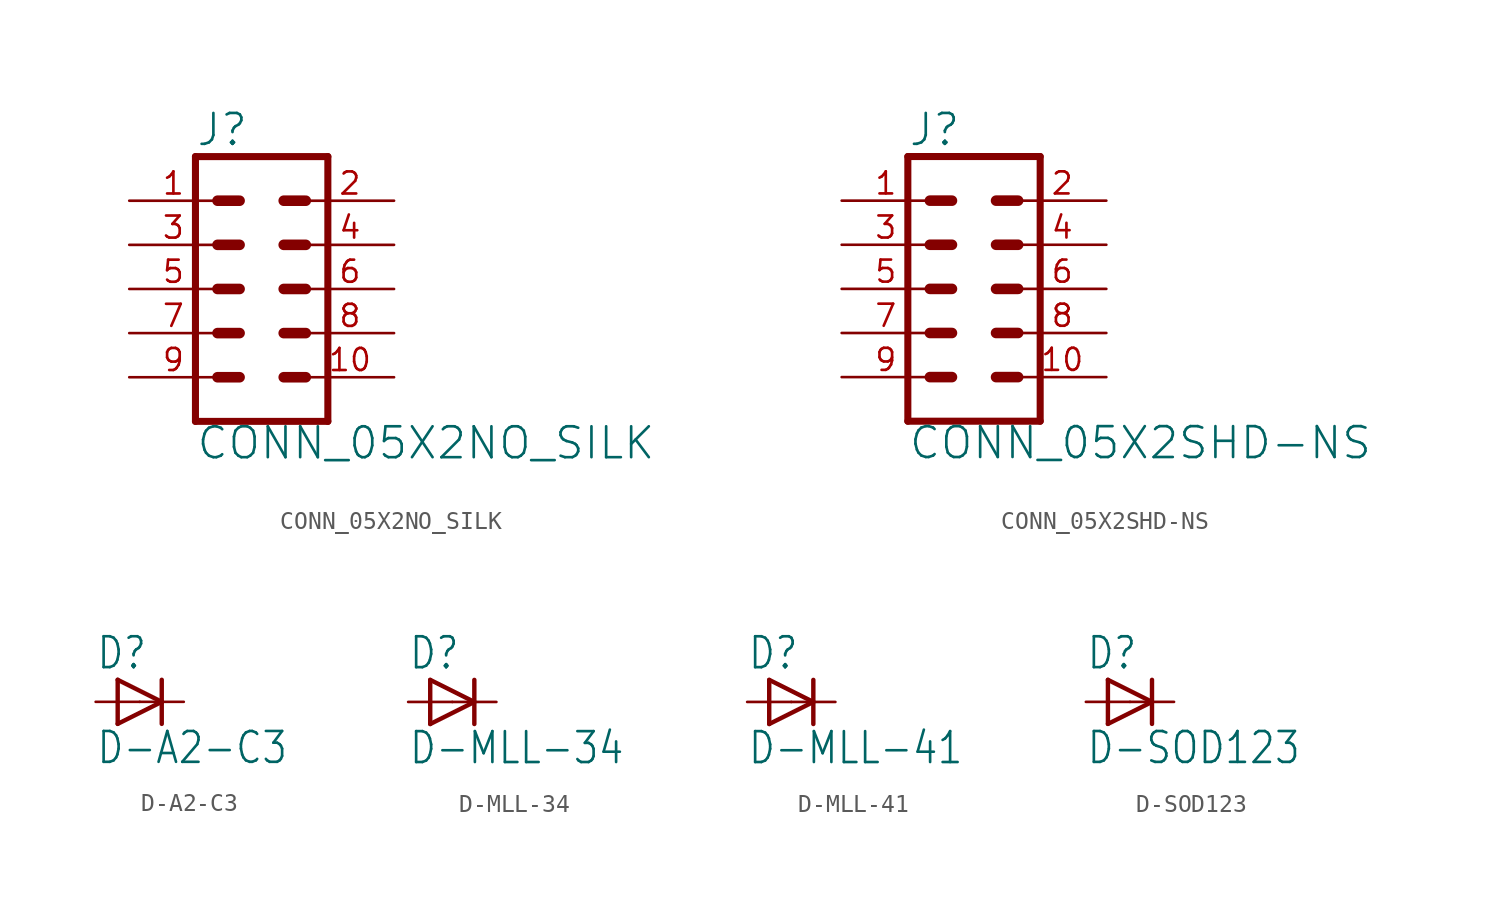
<source format=kicad_sym>
(kicad_symbol_lib
  (version 20211014)
  (generator kicad_symbol_editor)
  (symbol "CONN_05X2NO_SILK"
    (property "Reference" "J"
      (at -3.81 8.128 0)
      (effects (font (size 1.778 1.778)) (justify left bottom)))
    (property "Value" "CONN_05X2NO_SILK"
      (at -3.81 -9.906 0)
      (effects (font (size 1.778 1.778)) (justify left bottom)))
    (property "ki_locked" ""
      (at 0 0 0)
      (effects (font (size 1.27 1.27))))
    (symbol "CONN_05X2NO_SILK_1_0"
      (polyline (pts (xy -3.81 7.62) (xy -3.81 -7.62)) (stroke (width 0.406) (type default) (color 0 0 0 0)) (fill (type none)))
      (polyline (pts (xy -3.81 7.62) (xy 3.81 7.62)) (stroke (width 0.406) (type default) (color 0 0 0 0)) (fill (type none)))
      (polyline (pts (xy -1.27 -5.08) (xy -2.54 -5.08)) (stroke (width 0.61) (type default) (color 0 0 0 0)) (fill (type none)))
      (polyline (pts (xy -1.27 -2.54) (xy -2.54 -2.54)) (stroke (width 0.61) (type default) (color 0 0 0 0)) (fill (type none)))
      (polyline (pts (xy -1.27 0) (xy -2.54 0)) (stroke (width 0.61) (type default) (color 0 0 0 0)) (fill (type none)))
      (polyline (pts (xy -1.27 2.54) (xy -2.54 2.54)) (stroke (width 0.61) (type default) (color 0 0 0 0)) (fill (type none)))
      (polyline (pts (xy -1.27 5.08) (xy -2.54 5.08)) (stroke (width 0.61) (type default) (color 0 0 0 0)) (fill (type none)))
      (polyline (pts (xy 1.27 -5.08) (xy 2.54 -5.08)) (stroke (width 0.61) (type default) (color 0 0 0 0)) (fill (type none)))
      (polyline (pts (xy 1.27 -2.54) (xy 2.54 -2.54)) (stroke (width 0.61) (type default) (color 0 0 0 0)) (fill (type none)))
      (polyline (pts (xy 1.27 0) (xy 2.54 0)) (stroke (width 0.61) (type default) (color 0 0 0 0)) (fill (type none)))
      (polyline (pts (xy 1.27 2.54) (xy 2.54 2.54)) (stroke (width 0.61) (type default) (color 0 0 0 0)) (fill (type none)))
      (polyline (pts (xy 1.27 5.08) (xy 2.54 5.08)) (stroke (width 0.61) (type default) (color 0 0 0 0)) (fill (type none)))
      (polyline (pts (xy 3.81 -7.62) (xy -3.81 -7.62)) (stroke (width 0.406) (type default) (color 0 0 0 0)) (fill (type none)))
      (polyline (pts (xy 3.81 -7.62) (xy 3.81 7.62)) (stroke (width 0.406) (type default) (color 0 0 0 0)) (fill (type none)))
      (pin passive line (at -7.62 5.08 0) (length 5.08) (name "1" (effects (font (size 0 0)))) (number "1" (effects (font (size 1.27 1.27)))))
      (pin passive line (at 7.62 -5.08 180) (length 5.08) (name "10" (effects (font (size 0 0)))) (number "10" (effects (font (size 1.27 1.27)))))
      (pin passive line (at 7.62 5.08 180) (length 5.08) (name "2" (effects (font (size 0 0)))) (number "2" (effects (font (size 1.27 1.27)))))
      (pin passive line (at -7.62 2.54 0) (length 5.08) (name "3" (effects (font (size 0 0)))) (number "3" (effects (font (size 1.27 1.27)))))
      (pin passive line (at 7.62 2.54 180) (length 5.08) (name "4" (effects (font (size 0 0)))) (number "4" (effects (font (size 1.27 1.27)))))
      (pin passive line (at -7.62 0 0) (length 5.08) (name "5" (effects (font (size 0 0)))) (number "5" (effects (font (size 1.27 1.27)))))
      (pin passive line (at 7.62 0 180) (length 5.08) (name "6" (effects (font (size 0 0)))) (number "6" (effects (font (size 1.27 1.27)))))
      (pin passive line (at -7.62 -2.54 0) (length 5.08) (name "7" (effects (font (size 0 0)))) (number "7" (effects (font (size 1.27 1.27)))))
      (pin passive line (at 7.62 -2.54 180) (length 5.08) (name "8" (effects (font (size 0 0)))) (number "8" (effects (font (size 1.27 1.27)))))
      (pin passive line (at -7.62 -5.08 0) (length 5.08) (name "9" (effects (font (size 0 0)))) (number "9" (effects (font (size 1.27 1.27)))))))
  (symbol "CONN_05X2SHD-NS"
    (property "Reference" "J"
      (at -3.81 8.128 0)
      (effects (font (size 1.778 1.778)) (justify left bottom)))
    (property "Value" "CONN_05X2SHD-NS"
      (at -3.81 -9.906 0)
      (effects (font (size 1.778 1.778)) (justify left bottom)))
    (property "ki_locked" ""
      (at 0 0 0)
      (effects (font (size 1.27 1.27))))
    (symbol "CONN_05X2SHD-NS_1_0"
      (polyline (pts (xy -3.81 7.62) (xy -3.81 -7.62)) (stroke (width 0.406) (type default) (color 0 0 0 0)) (fill (type none)))
      (polyline (pts (xy -3.81 7.62) (xy 3.81 7.62)) (stroke (width 0.406) (type default) (color 0 0 0 0)) (fill (type none)))
      (polyline (pts (xy -1.27 -5.08) (xy -2.54 -5.08)) (stroke (width 0.61) (type default) (color 0 0 0 0)) (fill (type none)))
      (polyline (pts (xy -1.27 -2.54) (xy -2.54 -2.54)) (stroke (width 0.61) (type default) (color 0 0 0 0)) (fill (type none)))
      (polyline (pts (xy -1.27 0) (xy -2.54 0)) (stroke (width 0.61) (type default) (color 0 0 0 0)) (fill (type none)))
      (polyline (pts (xy -1.27 2.54) (xy -2.54 2.54)) (stroke (width 0.61) (type default) (color 0 0 0 0)) (fill (type none)))
      (polyline (pts (xy -1.27 5.08) (xy -2.54 5.08)) (stroke (width 0.61) (type default) (color 0 0 0 0)) (fill (type none)))
      (polyline (pts (xy 1.27 -5.08) (xy 2.54 -5.08)) (stroke (width 0.61) (type default) (color 0 0 0 0)) (fill (type none)))
      (polyline (pts (xy 1.27 -2.54) (xy 2.54 -2.54)) (stroke (width 0.61) (type default) (color 0 0 0 0)) (fill (type none)))
      (polyline (pts (xy 1.27 0) (xy 2.54 0)) (stroke (width 0.61) (type default) (color 0 0 0 0)) (fill (type none)))
      (polyline (pts (xy 1.27 2.54) (xy 2.54 2.54)) (stroke (width 0.61) (type default) (color 0 0 0 0)) (fill (type none)))
      (polyline (pts (xy 1.27 5.08) (xy 2.54 5.08)) (stroke (width 0.61) (type default) (color 0 0 0 0)) (fill (type none)))
      (polyline (pts (xy 3.81 -7.62) (xy -3.81 -7.62)) (stroke (width 0.406) (type default) (color 0 0 0 0)) (fill (type none)))
      (polyline (pts (xy 3.81 -7.62) (xy 3.81 7.62)) (stroke (width 0.406) (type default) (color 0 0 0 0)) (fill (type none)))
      (pin passive line (at -7.62 5.08 0) (length 5.08) (name "1" (effects (font (size 0 0)))) (number "1" (effects (font (size 1.27 1.27)))))
      (pin passive line (at 7.62 -5.08 180) (length 5.08) (name "10" (effects (font (size 0 0)))) (number "10" (effects (font (size 1.27 1.27)))))
      (pin passive line (at 7.62 5.08 180) (length 5.08) (name "2" (effects (font (size 0 0)))) (number "2" (effects (font (size 1.27 1.27)))))
      (pin passive line (at -7.62 2.54 0) (length 5.08) (name "3" (effects (font (size 0 0)))) (number "3" (effects (font (size 1.27 1.27)))))
      (pin passive line (at 7.62 2.54 180) (length 5.08) (name "4" (effects (font (size 0 0)))) (number "4" (effects (font (size 1.27 1.27)))))
      (pin passive line (at -7.62 0 0) (length 5.08) (name "5" (effects (font (size 0 0)))) (number "5" (effects (font (size 1.27 1.27)))))
      (pin passive line (at 7.62 0 180) (length 5.08) (name "6" (effects (font (size 0 0)))) (number "6" (effects (font (size 1.27 1.27)))))
      (pin passive line (at -7.62 -2.54 0) (length 5.08) (name "7" (effects (font (size 0 0)))) (number "7" (effects (font (size 1.27 1.27)))))
      (pin passive line (at 7.62 -2.54 180) (length 5.08) (name "8" (effects (font (size 0 0)))) (number "8" (effects (font (size 1.27 1.27)))))
      (pin passive line (at -7.62 -5.08 0) (length 5.08) (name "9" (effects (font (size 0 0)))) (number "9" (effects (font (size 1.27 1.27)))))))
  (symbol "D-A2-C3"
    (property "Reference" "D"
      (at -2.54 1.778 0)
      (effects (font (size 1.778 1.511)) (justify left bottom)))
    (property "Value" "D-A2-C3"
      (at -2.54 -3.683 0)
      (effects (font (size 1.778 1.511)) (justify left bottom)))
    (property "ki_locked" ""
      (at 0 0 0)
      (effects (font (size 1.27 1.27))))
    (symbol "D-A2-C3_1_0"
      (polyline (pts (xy -1.27 -1.27) (xy 1.27 0)) (stroke (width 0.254) (type default) (color 0 0 0 0)) (fill (type none)))
      (polyline (pts (xy -1.27 1.27) (xy -1.27 -1.27)) (stroke (width 0.254) (type default) (color 0 0 0 0)) (fill (type none)))
      (polyline (pts (xy 1.27 0) (xy -1.27 1.27)) (stroke (width 0.254) (type default) (color 0 0 0 0)) (fill (type none)))
      (polyline (pts (xy 1.27 0) (xy 1.27 -1.27)) (stroke (width 0.254) (type default) (color 0 0 0 0)) (fill (type none)))
      (polyline (pts (xy 1.27 1.27) (xy 1.27 0)) (stroke (width 0.254) (type default) (color 0 0 0 0)) (fill (type none)))
      (pin passive line (at -2.54 0 0) (length 2.54) (name "A" (effects (font (size 0 0)))) (number "2" (effects (font (size 0 0)))))
      (pin passive line (at 2.54 0 180) (length 2.54) (name "C" (effects (font (size 0 0)))) (number "3" (effects (font (size 0 0)))))))
  (symbol "D-MLL-34"
    (property "Reference" "D"
      (at -2.54 1.778 0)
      (effects (font (size 1.778 1.511)) (justify left bottom)))
    (property "Value" "D-MLL-34"
      (at -2.54 -3.683 0)
      (effects (font (size 1.778 1.511)) (justify left bottom)))
    (property "ki_locked" ""
      (at 0 0 0)
      (effects (font (size 1.27 1.27))))
    (symbol "D-MLL-34_1_0"
      (polyline (pts (xy -1.27 -1.27) (xy 1.27 0)) (stroke (width 0.254) (type default) (color 0 0 0 0)) (fill (type none)))
      (polyline (pts (xy -1.27 1.27) (xy -1.27 -1.27)) (stroke (width 0.254) (type default) (color 0 0 0 0)) (fill (type none)))
      (polyline (pts (xy 1.27 0) (xy -1.27 1.27)) (stroke (width 0.254) (type default) (color 0 0 0 0)) (fill (type none)))
      (polyline (pts (xy 1.27 0) (xy 1.27 -1.27)) (stroke (width 0.254) (type default) (color 0 0 0 0)) (fill (type none)))
      (polyline (pts (xy 1.27 1.27) (xy 1.27 0)) (stroke (width 0.254) (type default) (color 0 0 0 0)) (fill (type none)))
      (pin passive line (at 2.54 0 180) (length 2.54) (name "C" (effects (font (size 0 0)))) (number "1" (effects (font (size 0 0)))))
      (pin passive line (at -2.54 0 0) (length 2.54) (name "A" (effects (font (size 0 0)))) (number "2" (effects (font (size 0 0)))))))
  (symbol "D-MLL-41"
    (property "Reference" "D"
      (at -2.54 1.778 0)
      (effects (font (size 1.778 1.511)) (justify left bottom)))
    (property "Value" "D-MLL-41"
      (at -2.54 -3.683 0)
      (effects (font (size 1.778 1.511)) (justify left bottom)))
    (property "ki_locked" ""
      (at 0 0 0)
      (effects (font (size 1.27 1.27))))
    (symbol "D-MLL-41_1_0"
      (polyline (pts (xy -1.27 -1.27) (xy 1.27 0)) (stroke (width 0.254) (type default) (color 0 0 0 0)) (fill (type none)))
      (polyline (pts (xy -1.27 1.27) (xy -1.27 -1.27)) (stroke (width 0.254) (type default) (color 0 0 0 0)) (fill (type none)))
      (polyline (pts (xy 1.27 0) (xy -1.27 1.27)) (stroke (width 0.254) (type default) (color 0 0 0 0)) (fill (type none)))
      (polyline (pts (xy 1.27 0) (xy 1.27 -1.27)) (stroke (width 0.254) (type default) (color 0 0 0 0)) (fill (type none)))
      (polyline (pts (xy 1.27 1.27) (xy 1.27 0)) (stroke (width 0.254) (type default) (color 0 0 0 0)) (fill (type none)))
      (pin passive line (at 2.54 0 180) (length 2.54) (name "C" (effects (font (size 0 0)))) (number "1" (effects (font (size 0 0)))))
      (pin passive line (at -2.54 0 0) (length 2.54) (name "A" (effects (font (size 0 0)))) (number "2" (effects (font (size 0 0)))))))
  (symbol "D-SOD123"
    (property "Reference" "D"
      (at -2.54 1.778 0)
      (effects (font (size 1.778 1.511)) (justify left bottom)))
    (property "Value" "D-SOD123"
      (at -2.54 -3.683 0)
      (effects (font (size 1.778 1.511)) (justify left bottom)))
    (property "ki_locked" ""
      (at 0 0 0)
      (effects (font (size 1.27 1.27))))
    (symbol "D-SOD123_1_0"
      (polyline (pts (xy -1.27 -1.27) (xy 1.27 0)) (stroke (width 0.254) (type default) (color 0 0 0 0)) (fill (type none)))
      (polyline (pts (xy -1.27 1.27) (xy -1.27 -1.27)) (stroke (width 0.254) (type default) (color 0 0 0 0)) (fill (type none)))
      (polyline (pts (xy 1.27 0) (xy -1.27 1.27)) (stroke (width 0.254) (type default) (color 0 0 0 0)) (fill (type none)))
      (polyline (pts (xy 1.27 0) (xy 1.27 -1.27)) (stroke (width 0.254) (type default) (color 0 0 0 0)) (fill (type none)))
      (polyline (pts (xy 1.27 1.27) (xy 1.27 0)) (stroke (width 0.254) (type default) (color 0 0 0 0)) (fill (type none)))
      (pin passive line (at 2.54 0 180) (length 2.54) (name "C" (effects (font (size 0 0)))) (number "1" (effects (font (size 0 0)))))
      (pin passive line (at -2.54 0 0) (length 2.54) (name "A" (effects (font (size 0 0)))) (number "2" (effects (font (size 0 0))))))))
</source>
